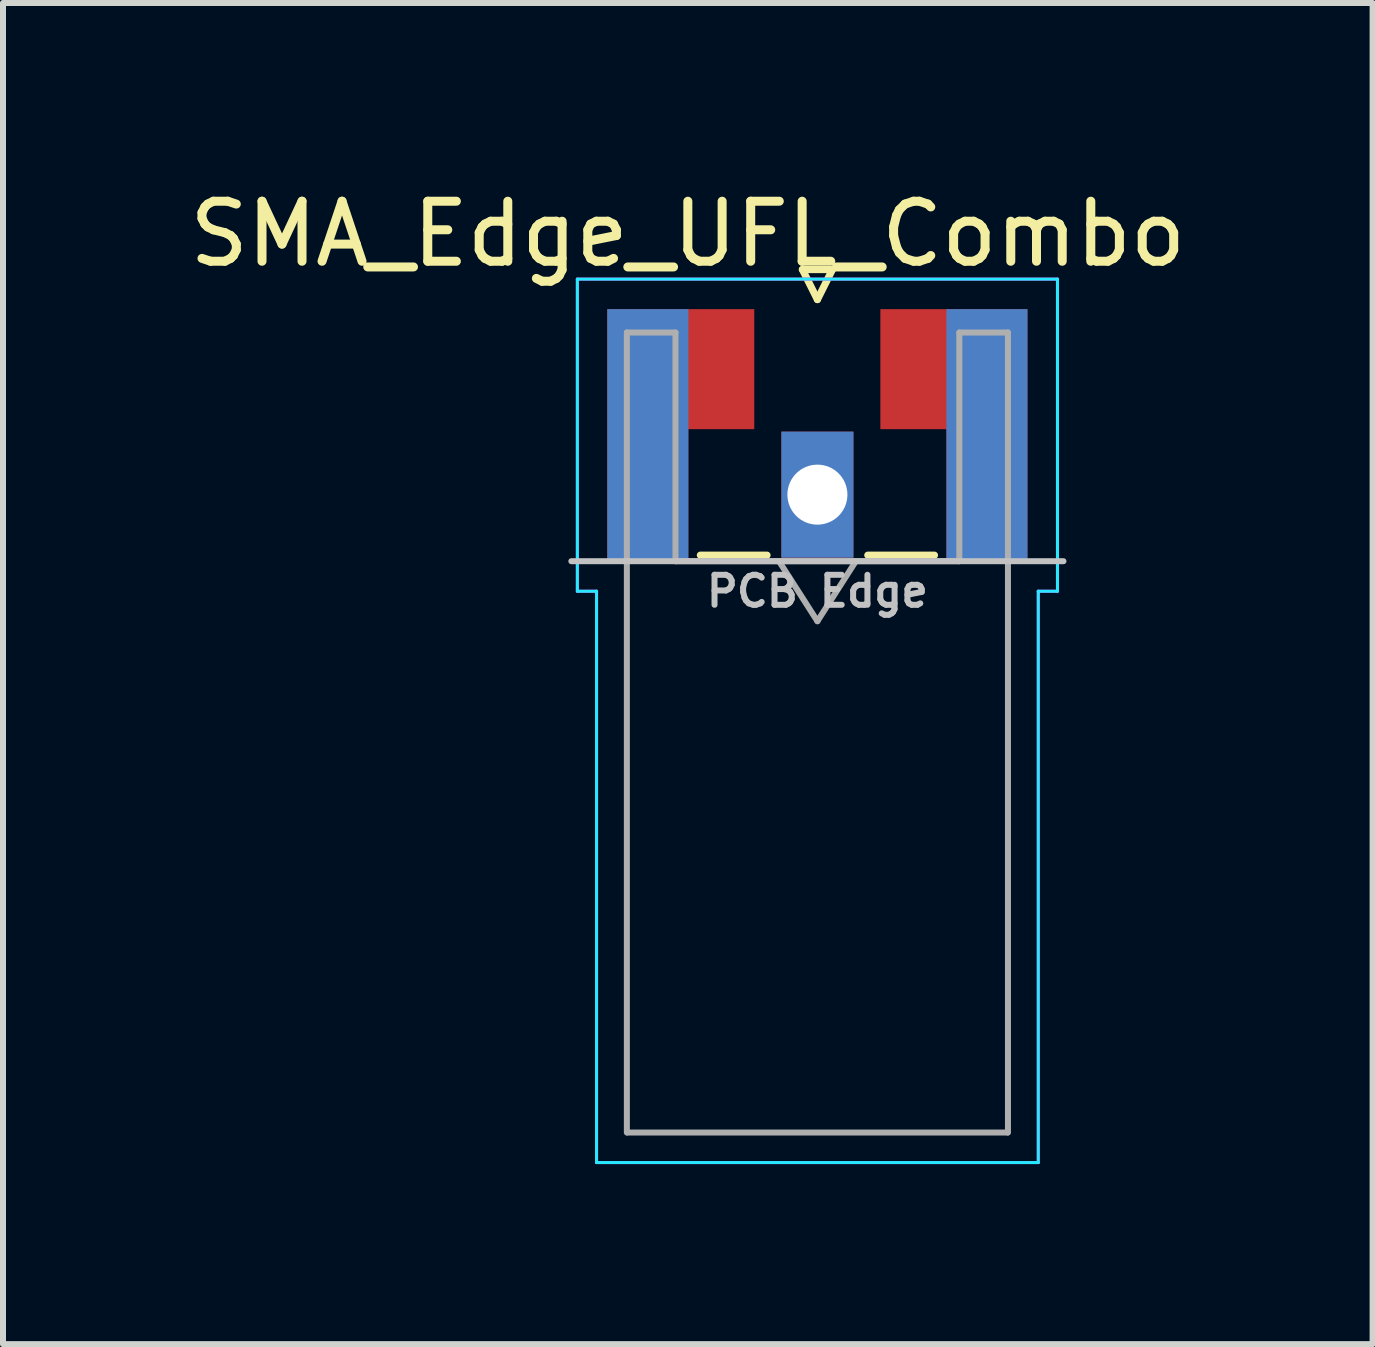
<source format=kicad_pcb>
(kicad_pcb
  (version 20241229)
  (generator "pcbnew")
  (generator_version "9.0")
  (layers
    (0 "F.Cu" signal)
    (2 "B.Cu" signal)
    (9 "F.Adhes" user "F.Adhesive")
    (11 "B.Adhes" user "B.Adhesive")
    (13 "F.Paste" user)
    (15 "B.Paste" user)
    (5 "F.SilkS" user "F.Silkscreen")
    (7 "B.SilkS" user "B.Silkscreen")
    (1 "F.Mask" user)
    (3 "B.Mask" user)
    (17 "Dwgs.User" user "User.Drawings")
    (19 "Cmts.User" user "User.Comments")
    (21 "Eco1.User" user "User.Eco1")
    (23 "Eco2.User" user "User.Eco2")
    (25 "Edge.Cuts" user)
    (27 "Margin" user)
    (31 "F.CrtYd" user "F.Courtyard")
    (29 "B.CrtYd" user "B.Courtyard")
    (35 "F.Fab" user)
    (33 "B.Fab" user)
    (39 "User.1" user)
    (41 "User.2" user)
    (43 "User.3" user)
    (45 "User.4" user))
  (footprint "SMA_Edge_UFL_Combo"
    (layer "F.Cu")
    (at 10.57 4.201)
    (property "Reference" "SMA_Edge_UFL_Combo" (at -2.159 -3.353 180) (layer "F.SilkS") (effects (font (size 1 1) (thickness 0.15))))
    (attr smd)
    (fp_line (start -1.95 2) (end -0.84 2) (stroke (width 0.12) (type solid)) (layer "F.SilkS"))
    (fp_line (start -0.25 -2.76) (end 0 -2.26) (stroke (width 0.12) (type solid)) (layer "F.SilkS"))
    (fp_line (start 0 -2.26) (end 0.25 -2.76) (stroke (width 0.12) (type solid)) (layer "F.SilkS"))
    (fp_line (start 0.25 -2.76) (end -0.25 -2.76) (stroke (width 0.12) (type solid)) (layer "F.SilkS"))
    (fp_line (start 0.84 2) (end 1.95 2) (stroke (width 0.12) (type solid)) (layer "F.SilkS"))
    (fp_line (start 4.1 2.1) (end -4.1 2.1) (stroke (width 0.1) (type solid)) (layer "Dwgs.User"))
    (fp_line (start -4 -2.6) (end 4 -2.6) (stroke (width 0.05) (type solid)) (layer "B.CrtYd"))
    (fp_line (start -4 2.6) (end -4 -2.6) (stroke (width 0.05) (type solid)) (layer "B.CrtYd"))
    (fp_line (start -3.68 2.6) (end -4 2.6) (stroke (width 0.05) (type solid)) (layer "B.CrtYd"))
    (fp_line (start -3.68 12.12) (end -3.68 2.6) (stroke (width 0.05) (type solid)) (layer "B.CrtYd"))
    (fp_line (start 3.68 2.6) (end 3.68 12.12) (stroke (width 0.05) (type solid)) (layer "B.CrtYd"))
    (fp_line (start 3.68 12.12) (end -3.68 12.12) (stroke (width 0.05) (type solid)) (layer "B.CrtYd"))
    (fp_line (start 4 2.6) (end 3.68 2.6) (stroke (width 0.05) (type solid)) (layer "B.CrtYd"))
    (fp_line (start 4 2.6) (end 4 -2.6) (stroke (width 0.05) (type solid)) (layer "B.CrtYd"))
    (fp_line (start -4 -2.6) (end 4 -2.6) (stroke (width 0.05) (type solid)) (layer "F.CrtYd"))
    (fp_line (start -4 2.6) (end -4 -2.6) (stroke (width 0.05) (type solid)) (layer "F.CrtYd"))
    (fp_line (start -3.68 2.6) (end -4 2.6) (stroke (width 0.05) (type solid)) (layer "F.CrtYd"))
    (fp_line (start -3.68 12.12) (end -3.68 2.6) (stroke (width 0.05) (type solid)) (layer "F.CrtYd"))
    (fp_line (start 3.68 2.6) (end 3.68 12.12) (stroke (width 0.05) (type solid)) (layer "F.CrtYd"))
    (fp_line (start 3.68 2.6) (end 4 2.6) (stroke (width 0.05) (type solid)) (layer "F.CrtYd"))
    (fp_line (start 3.68 12.12) (end -3.68 12.12) (stroke (width 0.05) (type solid)) (layer "F.CrtYd"))
    (fp_line (start 4 2.6) (end 4 -2.6) (stroke (width 0.05) (type solid)) (layer "F.CrtYd"))
    (fp_line (start -3.175 -1.71) (end -3.175 11.62) (stroke (width 0.1) (type solid)) (layer "F.Fab"))
    (fp_line (start -2.365 -1.71) (end -3.175 -1.71) (stroke (width 0.1) (type solid)) (layer "F.Fab"))
    (fp_line (start -2.365 2.1) (end -2.365 -1.71) (stroke (width 0.1) (type solid)) (layer "F.Fab"))
    (fp_line (start 0 3.1) (end -0.64 2.1) (stroke (width 0.1) (type solid)) (layer "F.Fab"))
    (fp_line (start 0.64 2.1) (end 0 3.1) (stroke (width 0.1) (type solid)) (layer "F.Fab"))
    (fp_line (start 2.365 -1.71) (end 2.365 2.1) (stroke (width 0.1) (type solid)) (layer "F.Fab"))
    (fp_line (start 2.365 2.1) (end -2.365 2.1) (stroke (width 0.1) (type solid)) (layer "F.Fab"))
    (fp_line (start 3.165 11.62) (end -3.165 11.62) (stroke (width 0.1) (type solid)) (layer "F.Fab"))
    (fp_line (start 3.175 -1.71) (end 2.365 -1.71) (stroke (width 0.1) (type solid)) (layer "F.Fab"))
    (fp_line (start 3.175 -1.71) (end 3.175 11.62) (stroke (width 0.1) (type solid)) (layer "F.Fab"))
    (fp_text user "PCB Edge" (at 0 2.6 0) (layer "Dwgs.User") (effects (font (size 0.5 0.5) (thickness 0.1))))
    (pad "1" thru_hole rect (at 0 0.991) (size 1.2 2.1) (drill 1) (layers "*.Cu" "*.Mask"))
    (pad "2" smd custom (at -3.002 -1.6) (size 1 1) (layers "F.Cu" "F.Mask" "F.Paste") (options (anchor rect)) (primitives (gr_poly (pts (xy -0.5 -0.5) (xy 1.95 -0.5) (xy 1.95 1.5) (xy 0.85 1.5) (xy 0.85 3.7) (xy -0.5 3.7)) (width 0) (fill yes))))
    (pad "2" smd rect (at -2.825 0) (size 1.35 4.2) (layers "B.Cu" "B.Mask" "B.Paste"))
    (pad "2" smd custom (at 1.549 -1.6) (size 1 1) (layers "F.Cu" "F.Mask" "F.Paste") (options (anchor rect)) (primitives (gr_poly (pts (xy -0.5 -0.5) (xy 1.95 -0.5) (xy 1.95 3.7) (xy 0.6 3.7) (xy 0.6 1.5) (xy -0.5 1.5)) (width 0) (fill yes))))
    (pad "2" smd rect (at 2.825 0) (size 1.35 4.2) (layers "B.Cu" "B.Mask" "B.Paste")))
  (gr_rect
    (start -3 -3)
    (end 19.821 19.346)
    (stroke (width 0.1) (type default))
    (fill no)
    (layer "Edge.Cuts")))
</source>
